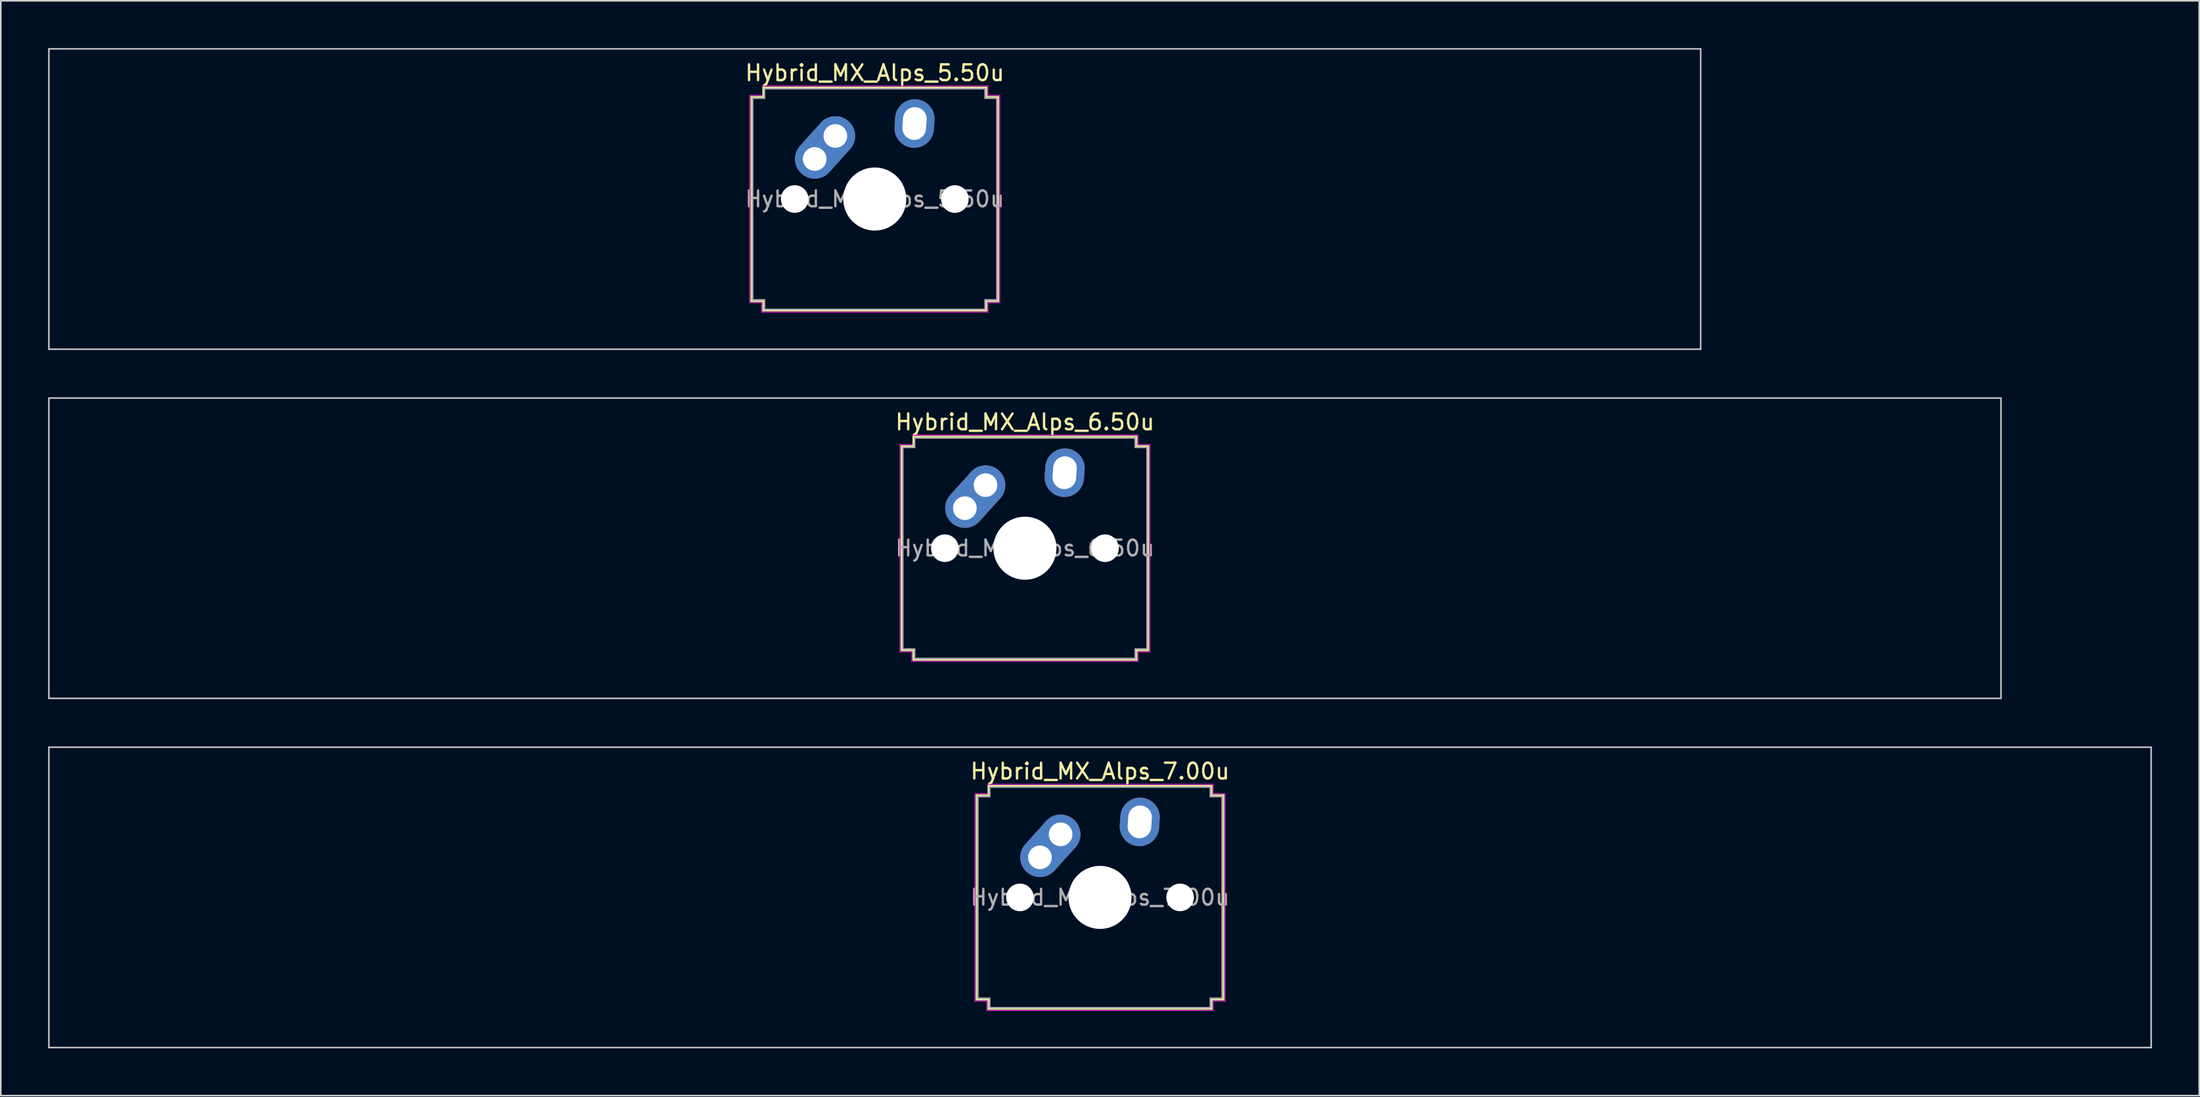
<source format=kicad_pcb>
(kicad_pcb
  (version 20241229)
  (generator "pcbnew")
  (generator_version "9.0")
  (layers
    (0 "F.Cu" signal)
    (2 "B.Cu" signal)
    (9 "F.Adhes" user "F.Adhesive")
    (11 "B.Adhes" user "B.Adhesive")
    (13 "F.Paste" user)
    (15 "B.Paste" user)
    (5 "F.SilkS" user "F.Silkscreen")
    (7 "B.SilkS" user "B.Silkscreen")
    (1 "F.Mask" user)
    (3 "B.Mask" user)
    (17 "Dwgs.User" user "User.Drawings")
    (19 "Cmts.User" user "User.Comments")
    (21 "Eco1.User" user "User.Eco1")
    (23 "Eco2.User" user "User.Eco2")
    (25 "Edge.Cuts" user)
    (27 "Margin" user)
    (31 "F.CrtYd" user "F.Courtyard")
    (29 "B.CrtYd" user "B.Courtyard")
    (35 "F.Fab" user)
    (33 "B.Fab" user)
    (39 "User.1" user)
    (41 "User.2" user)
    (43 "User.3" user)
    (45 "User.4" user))
  (footprint "Hybrid_MX_Alps_6.50u"
    (layer "F.Cu")
    (at 61.962 31.725)
    (property "Reference" "Hybrid_MX_Alps_6.50u" (at 0 -8 0) (layer "F.SilkS") (effects (font (size 1 1) (thickness 0.15))))
    (attr through_hole)
    (fp_line (start -7.821 -6.471) (end -7.071 -6.471) (stroke (width 0.12) (type solid)) (layer "F.SilkS"))
    (fp_line (start -7.821 6.471) (end -7.821 -6.471) (stroke (width 0.12) (type solid)) (layer "F.SilkS"))
    (fp_line (start -7.071 -7.071) (end 7.071 -7.071) (stroke (width 0.12) (type solid)) (layer "F.SilkS"))
    (fp_line (start -7.071 -6.471) (end -7.071 -7.071) (stroke (width 0.12) (type solid)) (layer "F.SilkS"))
    (fp_line (start -7.071 6.471) (end -7.821 6.471) (stroke (width 0.12) (type solid)) (layer "F.SilkS"))
    (fp_line (start -7.071 7.071) (end -7.071 6.471) (stroke (width 0.12) (type solid)) (layer "F.SilkS"))
    (fp_line (start 7.071 -7.071) (end 7.071 -6.471) (stroke (width 0.12) (type solid)) (layer "F.SilkS"))
    (fp_line (start 7.071 -6.471) (end 7.821 -6.471) (stroke (width 0.12) (type solid)) (layer "F.SilkS"))
    (fp_line (start 7.071 6.471) (end 7.071 7.071) (stroke (width 0.12) (type solid)) (layer "F.SilkS"))
    (fp_line (start 7.071 7.071) (end -7.071 7.071) (stroke (width 0.12) (type solid)) (layer "F.SilkS"))
    (fp_line (start 7.821 -6.471) (end 7.821 6.471) (stroke (width 0.12) (type solid)) (layer "F.SilkS"))
    (fp_line (start 7.821 6.471) (end 7.071 6.471) (stroke (width 0.12) (type solid)) (layer "F.SilkS"))
    (fp_line (start -61.913 -9.525) (end -61.913 9.525) (stroke (width 0.1) (type solid)) (layer "Dwgs.User"))
    (fp_line (start -61.913 9.525) (end 61.913 9.525) (stroke (width 0.1) (type solid)) (layer "Dwgs.User"))
    (fp_line (start 61.913 -9.525) (end -61.913 -9.525) (stroke (width 0.1) (type solid)) (layer "Dwgs.User"))
    (fp_line (start 61.913 9.525) (end 61.913 -9.525) (stroke (width 0.1) (type solid)) (layer "Dwgs.User"))
    (fp_line (start -7.927 -6.577) (end -7.177 -6.577) (stroke (width 0.05) (type solid)) (layer "F.CrtYd"))
    (fp_line (start -7.927 6.577) (end -7.927 -6.577) (stroke (width 0.05) (type solid)) (layer "F.CrtYd"))
    (fp_line (start -7.177 -7.177) (end 7.177 -7.177) (stroke (width 0.05) (type solid)) (layer "F.CrtYd"))
    (fp_line (start -7.177 6.577) (end -7.927 6.577) (stroke (width 0.05) (type solid)) (layer "F.CrtYd"))
    (fp_line (start -7.177 7.177) (end -7.177 6.577) (stroke (width 0.05) (type solid)) (layer "F.CrtYd"))
    (fp_line (start 7.177 -7.177) (end 7.177 -6.577) (stroke (width 0.05) (type solid)) (layer "F.CrtYd"))
    (fp_line (start 7.177 -6.577) (end 7.927 -6.577) (stroke (width 0.05) (type solid)) (layer "F.CrtYd"))
    (fp_line (start 7.177 6.577) (end 7.177 7.177) (stroke (width 0.05) (type solid)) (layer "F.CrtYd"))
    (fp_line (start 7.177 7.177) (end -7.177 7.177) (stroke (width 0.05) (type solid)) (layer "F.CrtYd"))
    (fp_line (start 7.927 -6.577) (end 7.927 6.577) (stroke (width 0.05) (type solid)) (layer "F.CrtYd"))
    (fp_line (start 7.927 6.577) (end 7.177 6.577) (stroke (width 0.05) (type solid)) (layer "F.CrtYd"))
    (fp_line (start -7.75 -6.4) (end -7 -6.4) (stroke (width 0.1) (type solid)) (layer "F.Fab"))
    (fp_line (start -7.75 6.4) (end -7.75 -6.4) (stroke (width 0.1) (type solid)) (layer "F.Fab"))
    (fp_line (start -7 -7) (end 7 -7) (stroke (width 0.1) (type solid)) (layer "F.Fab"))
    (fp_line (start -7 -6.4) (end -7 -7) (stroke (width 0.1) (type solid)) (layer "F.Fab"))
    (fp_line (start -7 6.4) (end -7.75 6.4) (stroke (width 0.1) (type solid)) (layer "F.Fab"))
    (fp_line (start -7 7) (end -7 6.4) (stroke (width 0.1) (type solid)) (layer "F.Fab"))
    (fp_line (start 7 -7) (end 7 -6.4) (stroke (width 0.1) (type solid)) (layer "F.Fab"))
    (fp_line (start 7 -6.4) (end 7.75 -6.4) (stroke (width 0.1) (type solid)) (layer "F.Fab"))
    (fp_line (start 7 6.4) (end 7 7) (stroke (width 0.1) (type solid)) (layer "F.Fab"))
    (fp_line (start 7 7) (end -7 7) (stroke (width 0.1) (type solid)) (layer "F.Fab"))
    (fp_line (start 7.75 -6.4) (end 7.75 6.4) (stroke (width 0.1) (type solid)) (layer "F.Fab"))
    (fp_line (start 7.75 6.4) (end 7 6.4) (stroke (width 0.1) (type solid)) (layer "F.Fab"))
    (fp_text user "${REFERENCE}" (at 0 0 0) (layer "F.Fab") (effects (font (size 1 1) (thickness 0.15))))
    (pad "" np_thru_hole circle (at -5.08 0) (size 1.75 1.75) (drill 1.75) (layers "*.Cu" "*.Mask"))
    (pad "" np_thru_hole circle (at 0 0) (size 4 4) (drill 4) (layers "*.Cu" "*.Mask"))
    (pad "" np_thru_hole circle (at 5.08 0) (size 1.75 1.75) (drill 1.75) (layers "*.Cu" "*.Mask"))
    (pad "1" thru_hole oval (at -3.81 -2.54 48) (size 4.462 2.5) (drill 1.5 (offset 0.981 0)) (layers "*.Cu" "*.Mask"))
    (pad "1" thru_hole circle (at -2.5 -4) (size 2.5 2.5) (drill 1.5) (layers "*.Cu" "*.Mask"))
    (pad "2" thru_hole oval (at 2.52 -4.79 86) (size 3.081 2.5) (drill oval 2.081 1.5) (layers "*.Cu" "*.Mask")))
  (footprint "Hybrid_MX_Alps_5.50u"
    (layer "F.Cu")
    (at 52.438 9.575)
    (property "Reference" "Hybrid_MX_Alps_5.50u" (at 0 -8 0) (layer "F.SilkS") (effects (font (size 1 1) (thickness 0.15))))
    (attr through_hole)
    (fp_line (start -7.821 -6.471) (end -7.071 -6.471) (stroke (width 0.12) (type solid)) (layer "F.SilkS"))
    (fp_line (start -7.821 6.471) (end -7.821 -6.471) (stroke (width 0.12) (type solid)) (layer "F.SilkS"))
    (fp_line (start -7.071 -7.071) (end 7.071 -7.071) (stroke (width 0.12) (type solid)) (layer "F.SilkS"))
    (fp_line (start -7.071 -6.471) (end -7.071 -7.071) (stroke (width 0.12) (type solid)) (layer "F.SilkS"))
    (fp_line (start -7.071 6.471) (end -7.821 6.471) (stroke (width 0.12) (type solid)) (layer "F.SilkS"))
    (fp_line (start -7.071 7.071) (end -7.071 6.471) (stroke (width 0.12) (type solid)) (layer "F.SilkS"))
    (fp_line (start 7.071 -7.071) (end 7.071 -6.471) (stroke (width 0.12) (type solid)) (layer "F.SilkS"))
    (fp_line (start 7.071 -6.471) (end 7.821 -6.471) (stroke (width 0.12) (type solid)) (layer "F.SilkS"))
    (fp_line (start 7.071 6.471) (end 7.071 7.071) (stroke (width 0.12) (type solid)) (layer "F.SilkS"))
    (fp_line (start 7.071 7.071) (end -7.071 7.071) (stroke (width 0.12) (type solid)) (layer "F.SilkS"))
    (fp_line (start 7.821 -6.471) (end 7.821 6.471) (stroke (width 0.12) (type solid)) (layer "F.SilkS"))
    (fp_line (start 7.821 6.471) (end 7.071 6.471) (stroke (width 0.12) (type solid)) (layer "F.SilkS"))
    (fp_line (start -52.388 -9.525) (end -52.388 9.525) (stroke (width 0.1) (type solid)) (layer "Dwgs.User"))
    (fp_line (start -52.388 9.525) (end 52.388 9.525) (stroke (width 0.1) (type solid)) (layer "Dwgs.User"))
    (fp_line (start 52.388 -9.525) (end -52.388 -9.525) (stroke (width 0.1) (type solid)) (layer "Dwgs.User"))
    (fp_line (start 52.388 9.525) (end 52.388 -9.525) (stroke (width 0.1) (type solid)) (layer "Dwgs.User"))
    (fp_line (start -7.927 -6.577) (end -7.177 -6.577) (stroke (width 0.05) (type solid)) (layer "F.CrtYd"))
    (fp_line (start -7.927 6.577) (end -7.927 -6.577) (stroke (width 0.05) (type solid)) (layer "F.CrtYd"))
    (fp_line (start -7.177 -7.177) (end 7.177 -7.177) (stroke (width 0.05) (type solid)) (layer "F.CrtYd"))
    (fp_line (start -7.177 6.577) (end -7.927 6.577) (stroke (width 0.05) (type solid)) (layer "F.CrtYd"))
    (fp_line (start -7.177 7.177) (end -7.177 6.577) (stroke (width 0.05) (type solid)) (layer "F.CrtYd"))
    (fp_line (start 7.177 -7.177) (end 7.177 -6.577) (stroke (width 0.05) (type solid)) (layer "F.CrtYd"))
    (fp_line (start 7.177 -6.577) (end 7.927 -6.577) (stroke (width 0.05) (type solid)) (layer "F.CrtYd"))
    (fp_line (start 7.177 6.577) (end 7.177 7.177) (stroke (width 0.05) (type solid)) (layer "F.CrtYd"))
    (fp_line (start 7.177 7.177) (end -7.177 7.177) (stroke (width 0.05) (type solid)) (layer "F.CrtYd"))
    (fp_line (start 7.927 -6.577) (end 7.927 6.577) (stroke (width 0.05) (type solid)) (layer "F.CrtYd"))
    (fp_line (start 7.927 6.577) (end 7.177 6.577) (stroke (width 0.05) (type solid)) (layer "F.CrtYd"))
    (fp_line (start -7.75 -6.4) (end -7 -6.4) (stroke (width 0.1) (type solid)) (layer "F.Fab"))
    (fp_line (start -7.75 6.4) (end -7.75 -6.4) (stroke (width 0.1) (type solid)) (layer "F.Fab"))
    (fp_line (start -7 -7) (end 7 -7) (stroke (width 0.1) (type solid)) (layer "F.Fab"))
    (fp_line (start -7 -6.4) (end -7 -7) (stroke (width 0.1) (type solid)) (layer "F.Fab"))
    (fp_line (start -7 6.4) (end -7.75 6.4) (stroke (width 0.1) (type solid)) (layer "F.Fab"))
    (fp_line (start -7 7) (end -7 6.4) (stroke (width 0.1) (type solid)) (layer "F.Fab"))
    (fp_line (start 7 -7) (end 7 -6.4) (stroke (width 0.1) (type solid)) (layer "F.Fab"))
    (fp_line (start 7 -6.4) (end 7.75 -6.4) (stroke (width 0.1) (type solid)) (layer "F.Fab"))
    (fp_line (start 7 6.4) (end 7 7) (stroke (width 0.1) (type solid)) (layer "F.Fab"))
    (fp_line (start 7 7) (end -7 7) (stroke (width 0.1) (type solid)) (layer "F.Fab"))
    (fp_line (start 7.75 -6.4) (end 7.75 6.4) (stroke (width 0.1) (type solid)) (layer "F.Fab"))
    (fp_line (start 7.75 6.4) (end 7 6.4) (stroke (width 0.1) (type solid)) (layer "F.Fab"))
    (fp_text user "${REFERENCE}" (at 0 0 0) (layer "F.Fab") (effects (font (size 1 1) (thickness 0.15))))
    (pad "" np_thru_hole circle (at -5.08 0) (size 1.75 1.75) (drill 1.75) (layers "*.Cu" "*.Mask"))
    (pad "" np_thru_hole circle (at 0 0) (size 4 4) (drill 4) (layers "*.Cu" "*.Mask"))
    (pad "" np_thru_hole circle (at 5.08 0) (size 1.75 1.75) (drill 1.75) (layers "*.Cu" "*.Mask"))
    (pad "1" thru_hole oval (at -3.81 -2.54 48) (size 4.462 2.5) (drill 1.5 (offset 0.981 0)) (layers "*.Cu" "*.Mask"))
    (pad "1" thru_hole circle (at -2.5 -4) (size 2.5 2.5) (drill 1.5) (layers "*.Cu" "*.Mask"))
    (pad "2" thru_hole oval (at 2.52 -4.79 86) (size 3.081 2.5) (drill oval 2.081 1.5) (layers "*.Cu" "*.Mask")))
  (footprint "Hybrid_MX_Alps_7.00u"
    (layer "F.Cu")
    (at 66.725 53.875)
    (property "Reference" "Hybrid_MX_Alps_7.00u" (at 0 -8 0) (layer "F.SilkS") (effects (font (size 1 1) (thickness 0.15))))
    (attr through_hole)
    (fp_line (start -7.821 -6.471) (end -7.071 -6.471) (stroke (width 0.12) (type solid)) (layer "F.SilkS"))
    (fp_line (start -7.821 6.471) (end -7.821 -6.471) (stroke (width 0.12) (type solid)) (layer "F.SilkS"))
    (fp_line (start -7.071 -7.071) (end 7.071 -7.071) (stroke (width 0.12) (type solid)) (layer "F.SilkS"))
    (fp_line (start -7.071 -6.471) (end -7.071 -7.071) (stroke (width 0.12) (type solid)) (layer "F.SilkS"))
    (fp_line (start -7.071 6.471) (end -7.821 6.471) (stroke (width 0.12) (type solid)) (layer "F.SilkS"))
    (fp_line (start -7.071 7.071) (end -7.071 6.471) (stroke (width 0.12) (type solid)) (layer "F.SilkS"))
    (fp_line (start 7.071 -7.071) (end 7.071 -6.471) (stroke (width 0.12) (type solid)) (layer "F.SilkS"))
    (fp_line (start 7.071 -6.471) (end 7.821 -6.471) (stroke (width 0.12) (type solid)) (layer "F.SilkS"))
    (fp_line (start 7.071 6.471) (end 7.071 7.071) (stroke (width 0.12) (type solid)) (layer "F.SilkS"))
    (fp_line (start 7.071 7.071) (end -7.071 7.071) (stroke (width 0.12) (type solid)) (layer "F.SilkS"))
    (fp_line (start 7.821 -6.471) (end 7.821 6.471) (stroke (width 0.12) (type solid)) (layer "F.SilkS"))
    (fp_line (start 7.821 6.471) (end 7.071 6.471) (stroke (width 0.12) (type solid)) (layer "F.SilkS"))
    (fp_line (start -66.675 -9.525) (end -66.675 9.525) (stroke (width 0.1) (type solid)) (layer "Dwgs.User"))
    (fp_line (start -66.675 9.525) (end 66.675 9.525) (stroke (width 0.1) (type solid)) (layer "Dwgs.User"))
    (fp_line (start 66.675 -9.525) (end -66.675 -9.525) (stroke (width 0.1) (type solid)) (layer "Dwgs.User"))
    (fp_line (start 66.675 9.525) (end 66.675 -9.525) (stroke (width 0.1) (type solid)) (layer "Dwgs.User"))
    (fp_line (start -7.927 -6.577) (end -7.177 -6.577) (stroke (width 0.05) (type solid)) (layer "F.CrtYd"))
    (fp_line (start -7.927 6.577) (end -7.927 -6.577) (stroke (width 0.05) (type solid)) (layer "F.CrtYd"))
    (fp_line (start -7.177 -7.177) (end 7.177 -7.177) (stroke (width 0.05) (type solid)) (layer "F.CrtYd"))
    (fp_line (start -7.177 6.577) (end -7.927 6.577) (stroke (width 0.05) (type solid)) (layer "F.CrtYd"))
    (fp_line (start -7.177 7.177) (end -7.177 6.577) (stroke (width 0.05) (type solid)) (layer "F.CrtYd"))
    (fp_line (start 7.177 -7.177) (end 7.177 -6.577) (stroke (width 0.05) (type solid)) (layer "F.CrtYd"))
    (fp_line (start 7.177 -6.577) (end 7.927 -6.577) (stroke (width 0.05) (type solid)) (layer "F.CrtYd"))
    (fp_line (start 7.177 6.577) (end 7.177 7.177) (stroke (width 0.05) (type solid)) (layer "F.CrtYd"))
    (fp_line (start 7.177 7.177) (end -7.177 7.177) (stroke (width 0.05) (type solid)) (layer "F.CrtYd"))
    (fp_line (start 7.927 -6.577) (end 7.927 6.577) (stroke (width 0.05) (type solid)) (layer "F.CrtYd"))
    (fp_line (start 7.927 6.577) (end 7.177 6.577) (stroke (width 0.05) (type solid)) (layer "F.CrtYd"))
    (fp_line (start -7.75 -6.4) (end -7 -6.4) (stroke (width 0.1) (type solid)) (layer "F.Fab"))
    (fp_line (start -7.75 6.4) (end -7.75 -6.4) (stroke (width 0.1) (type solid)) (layer "F.Fab"))
    (fp_line (start -7 -7) (end 7 -7) (stroke (width 0.1) (type solid)) (layer "F.Fab"))
    (fp_line (start -7 -6.4) (end -7 -7) (stroke (width 0.1) (type solid)) (layer "F.Fab"))
    (fp_line (start -7 6.4) (end -7.75 6.4) (stroke (width 0.1) (type solid)) (layer "F.Fab"))
    (fp_line (start -7 7) (end -7 6.4) (stroke (width 0.1) (type solid)) (layer "F.Fab"))
    (fp_line (start 7 -7) (end 7 -6.4) (stroke (width 0.1) (type solid)) (layer "F.Fab"))
    (fp_line (start 7 -6.4) (end 7.75 -6.4) (stroke (width 0.1) (type solid)) (layer "F.Fab"))
    (fp_line (start 7 6.4) (end 7 7) (stroke (width 0.1) (type solid)) (layer "F.Fab"))
    (fp_line (start 7 7) (end -7 7) (stroke (width 0.1) (type solid)) (layer "F.Fab"))
    (fp_line (start 7.75 -6.4) (end 7.75 6.4) (stroke (width 0.1) (type solid)) (layer "F.Fab"))
    (fp_line (start 7.75 6.4) (end 7 6.4) (stroke (width 0.1) (type solid)) (layer "F.Fab"))
    (fp_text user "${REFERENCE}" (at 0 0 0) (layer "F.Fab") (effects (font (size 1 1) (thickness 0.15))))
    (pad "" np_thru_hole circle (at -5.08 0) (size 1.75 1.75) (drill 1.75) (layers "*.Cu" "*.Mask"))
    (pad "" np_thru_hole circle (at 0 0) (size 4 4) (drill 4) (layers "*.Cu" "*.Mask"))
    (pad "" np_thru_hole circle (at 5.08 0) (size 1.75 1.75) (drill 1.75) (layers "*.Cu" "*.Mask"))
    (pad "1" thru_hole oval (at -3.81 -2.54 48) (size 4.462 2.5) (drill 1.5 (offset 0.981 0)) (layers "*.Cu" "*.Mask"))
    (pad "1" thru_hole circle (at -2.5 -4) (size 2.5 2.5) (drill 1.5) (layers "*.Cu" "*.Mask"))
    (pad "2" thru_hole oval (at 2.52 -4.79 86) (size 3.081 2.5) (drill oval 2.081 1.5) (layers "*.Cu" "*.Mask")))
  (gr_rect
    (start -3 -3)
    (end 136.45 66.45)
    (stroke (width 0.1) (type default))
    (fill no)
    (layer "Edge.Cuts")))
</source>
